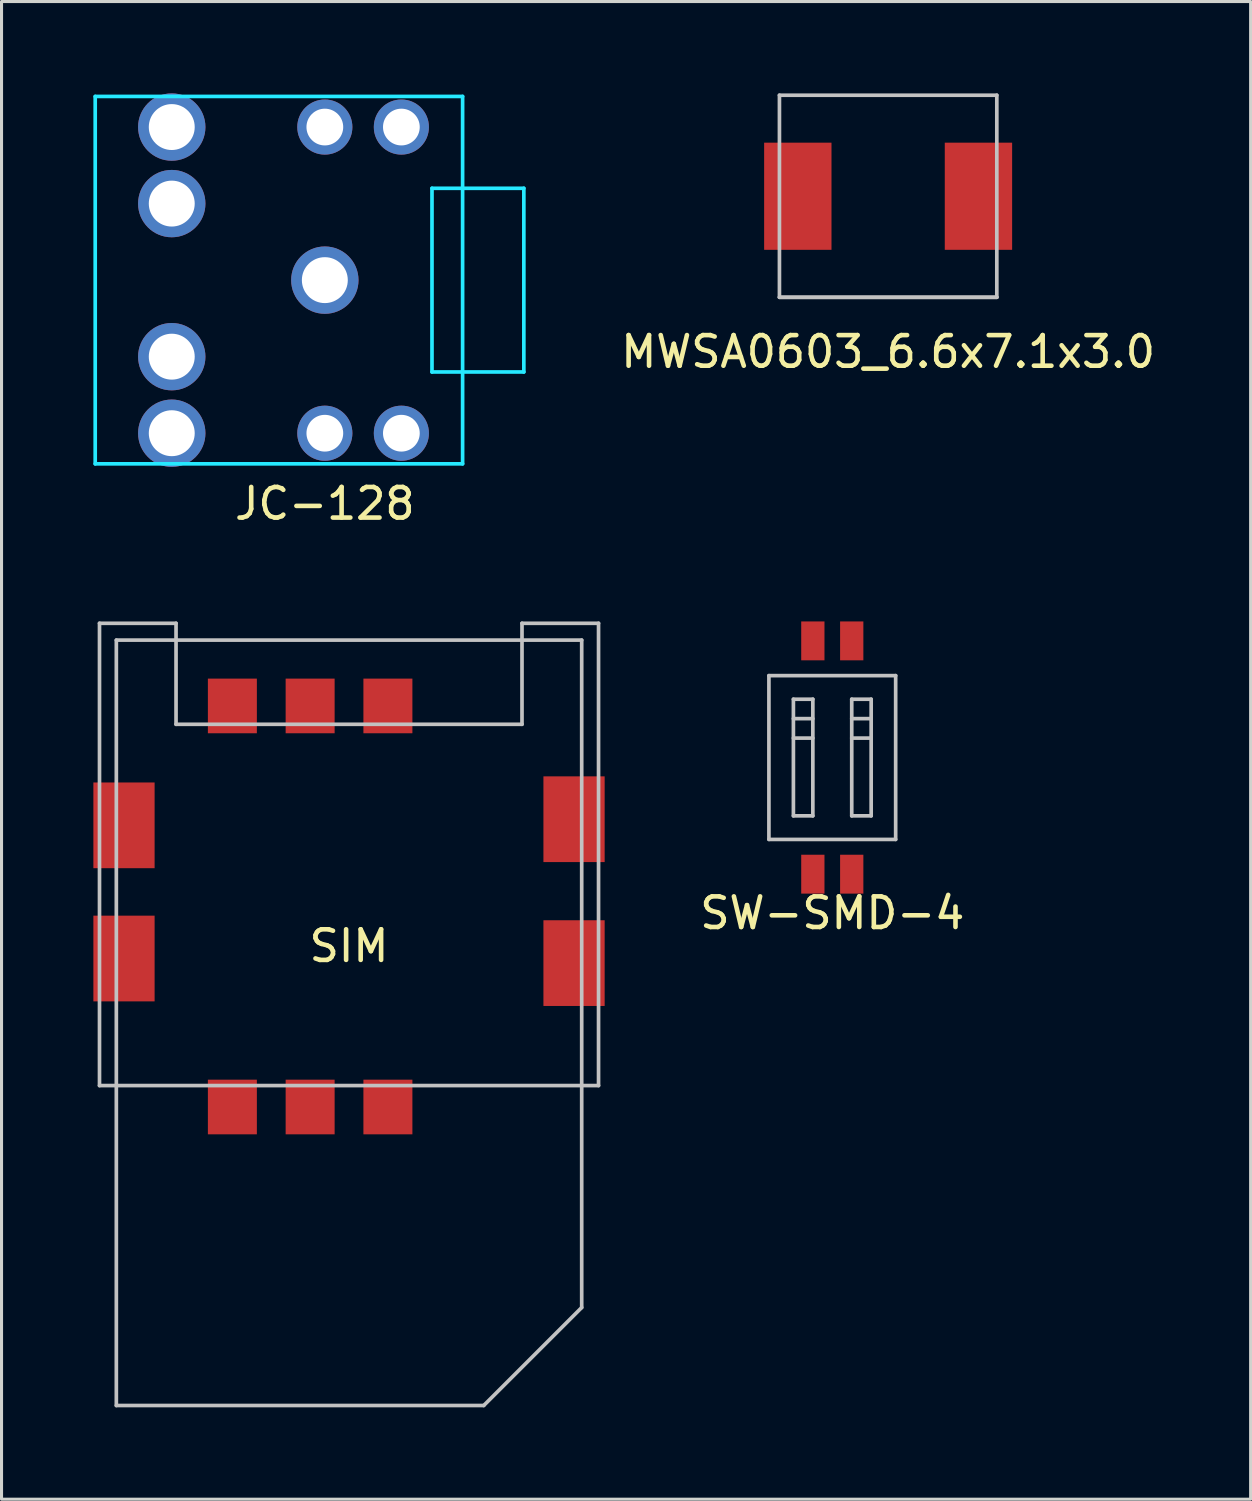
<source format=kicad_pcb>
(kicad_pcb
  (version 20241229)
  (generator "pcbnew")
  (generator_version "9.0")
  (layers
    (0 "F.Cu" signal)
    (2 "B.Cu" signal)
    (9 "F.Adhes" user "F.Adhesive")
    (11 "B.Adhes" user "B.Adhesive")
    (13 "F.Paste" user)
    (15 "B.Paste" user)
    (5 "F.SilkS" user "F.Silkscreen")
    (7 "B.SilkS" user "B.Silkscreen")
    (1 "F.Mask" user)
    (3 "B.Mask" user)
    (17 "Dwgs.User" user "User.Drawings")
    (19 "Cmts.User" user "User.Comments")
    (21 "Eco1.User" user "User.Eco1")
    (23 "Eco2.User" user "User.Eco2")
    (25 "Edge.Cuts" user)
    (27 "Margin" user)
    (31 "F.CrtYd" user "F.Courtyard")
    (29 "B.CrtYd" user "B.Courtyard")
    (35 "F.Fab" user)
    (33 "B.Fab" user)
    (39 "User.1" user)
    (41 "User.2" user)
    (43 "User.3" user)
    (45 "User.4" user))
  (footprint "SIM"
    (layer "F.Cu")
    (at 8.35 25.308)
    (property "Reference" "SIM" (at 0 2.54 0) (layer "F.SilkS") (effects (font (size 1 1) (thickness 0.15))))
    (attr through_hole)
    (fp_line (start -8.15 -8) (end -8.15 7.1) (stroke (width 0.12) (type solid)) (layer "Dwgs.User"))
    (fp_line (start -8.15 7.1) (end 8.15 7.1) (stroke (width 0.12) (type solid)) (layer "Dwgs.User"))
    (fp_line (start -7.6 -7.45) (end -7.6 17.55) (stroke (width 0.12) (type solid)) (layer "Dwgs.User"))
    (fp_line (start -7.6 17.55) (end 4.4 17.55) (stroke (width 0.12) (type solid)) (layer "Dwgs.User"))
    (fp_line (start -5.65 -8) (end -8.15 -8) (stroke (width 0.12) (type solid)) (layer "Dwgs.User"))
    (fp_line (start -5.65 -8) (end -5.65 -4.7) (stroke (width 0.12) (type solid)) (layer "Dwgs.User"))
    (fp_line (start -5.65 -4.7) (end 5.65 -4.7) (stroke (width 0.12) (type solid)) (layer "Dwgs.User"))
    (fp_line (start 4.4 17.55) (end 7.6 14.35) (stroke (width 0.12) (type solid)) (layer "Dwgs.User"))
    (fp_line (start 5.65 -4.7) (end 5.65 -8) (stroke (width 0.12) (type solid)) (layer "Dwgs.User"))
    (fp_line (start 7.6 -7.45) (end -7.6 -7.45) (stroke (width 0.12) (type solid)) (layer "Dwgs.User"))
    (fp_line (start 7.6 -7.45) (end 7.6 14.35) (stroke (width 0.12) (type solid)) (layer "Dwgs.User"))
    (fp_line (start 8.15 -8) (end 5.65 -8) (stroke (width 0.12) (type solid)) (layer "Dwgs.User"))
    (fp_line (start 8.15 -8) (end 8.15 7.1) (stroke (width 0.12) (type solid)) (layer "Dwgs.User"))
    (pad "-1" smd rect (at -7.35 -1.4) (size 2 2.8) (layers "F.Cu" "F.Mask" "F.Paste"))
    (pad "-1" smd rect (at -7.35 2.95) (size 2 2.8) (layers "F.Cu" "F.Mask" "F.Paste"))
    (pad "-1" smd rect (at 7.35 -1.6) (size 2 2.8) (layers "F.Cu" "F.Mask" "F.Paste"))
    (pad "-1" smd rect (at 7.35 3.1) (size 2 2.8) (layers "F.Cu" "F.Mask" "F.Paste"))
    (pad "1" smd rect (at -3.81 -5.3) (size 1.6 1.785) (layers "F.Cu" "F.Mask" "F.Paste"))
    (pad "2" smd rect (at -1.27 -5.3) (size 1.6 1.785) (layers "F.Cu" "F.Mask" "F.Paste"))
    (pad "3" smd rect (at 1.27 -5.3) (size 1.6 1.785) (layers "F.Cu" "F.Mask" "F.Paste"))
    (pad "4" smd rect (at -3.81 7.8) (size 1.6 1.785) (layers "F.Cu" "F.Mask" "F.Paste"))
    (pad "5" smd rect (at -1.27 7.8) (size 1.6 1.785) (layers "F.Cu" "F.Mask" "F.Paste"))
    (pad "6" smd rect (at 1.27 7.8) (size 1.6 1.785) (layers "F.Cu" "F.Mask" "F.Paste")))
  (footprint "JC-128"
    (layer "F.Cu")
    (at 10.96 6.1)
    (property "Reference" "JC-128" (at -3.4 7.3 0) (layer "F.SilkS") (effects (font (size 1 1) (thickness 0.15))))
    (attr through_hole)
    (fp_line (start -10.9 -6) (end -10.9 6) (stroke (width 0.12) (type solid)) (layer "B.CrtYd"))
    (fp_line (start -10.9 6) (end 1.1 6) (stroke (width 0.12) (type solid)) (layer "B.CrtYd"))
    (fp_line (start 0.1 -3) (end 0.1 3) (stroke (width 0.12) (type solid)) (layer "B.CrtYd"))
    (fp_line (start 1.1 -6) (end -10.9 -6) (stroke (width 0.12) (type solid)) (layer "B.CrtYd"))
    (fp_line (start 1.1 6) (end 1.1 -6) (stroke (width 0.12) (type solid)) (layer "B.CrtYd"))
    (fp_line (start 3.1 -3) (end 0.1 -3) (stroke (width 0.12) (type solid)) (layer "B.CrtYd"))
    (fp_line (start 3.1 3) (end 0.1 3) (stroke (width 0.12) (type solid)) (layer "B.CrtYd"))
    (fp_line (start 3.1 3) (end 3.1 -3) (stroke (width 0.12) (type solid)) (layer "B.CrtYd"))
    (pad "-1" thru_hole circle (at -3.4 -5 1.5) (size 1.8 1.8) (drill 1.2) (layers "*.Cu" "*.Mask"))
    (pad "-1" thru_hole circle (at -3.4 5 1.5) (size 1.8 1.8) (drill 1.2) (layers "*.Cu" "*.Mask"))
    (pad "-1" thru_hole circle (at -0.9 -5 91.5) (size 1.8 1.8) (drill 1.2) (layers "*.Cu" "*.Mask"))
    (pad "-1" thru_hole circle (at -0.9 5 1.5) (size 1.8 1.8) (drill 1.2) (layers "*.Cu" "*.Mask"))
    (pad "1" thru_hole circle (at -3.4 0 1.5) (size 2.2 2.2) (drill 1.5) (layers "*.Cu" "*.Mask"))
    (pad "2" thru_hole circle (at -8.4 5 1.5) (size 2.2 2.2) (drill 1.5) (layers "*.Cu" "*.Mask"))
    (pad "3" thru_hole circle (at -8.4 2.5 1.5) (size 2.2 2.2) (drill 1.5) (layers "*.Cu" "*.Mask"))
    (pad "4" thru_hole circle (at -8.4 -2.5 1.5) (size 2.2 2.2) (drill 1.5) (layers "*.Cu" "*.Mask"))
    (pad "5" thru_hole circle (at -8.4 -5 1.5) (size 2.2 2.2) (drill 1.5) (layers "*.Cu" "*.Mask")))
  (footprint "SW-SMD-4"
    (layer "F.Cu")
    (at 24.135 21.693)
    (property "Reference" "SW-SMD-4" (at 0 5.08 0) (layer "F.SilkS") (effects (font (size 1 1) (thickness 0.15))))
    (attr through_hole)
    (fp_line (start -2.07 -2.675) (end -2.07 2.675) (stroke (width 0.12) (type solid)) (layer "Dwgs.User"))
    (fp_line (start -1.27 -1.905) (end -1.27 1.905) (stroke (width 0.12) (type solid)) (layer "Dwgs.User"))
    (fp_line (start -1.27 -1.27) (end -0.635 -1.27) (stroke (width 0.12) (type solid)) (layer "Dwgs.User"))
    (fp_line (start -1.27 1.905) (end -0.635 1.905) (stroke (width 0.12) (type solid)) (layer "Dwgs.User"))
    (fp_line (start -0.635 -1.905) (end -1.27 -1.905) (stroke (width 0.12) (type solid)) (layer "Dwgs.User"))
    (fp_line (start -0.635 -0.635) (end -1.27 -0.635) (stroke (width 0.12) (type solid)) (layer "Dwgs.User"))
    (fp_line (start -0.635 1.905) (end -0.635 -1.905) (stroke (width 0.12) (type solid)) (layer "Dwgs.User"))
    (fp_line (start 0.635 -1.905) (end 0.635 1.905) (stroke (width 0.12) (type solid)) (layer "Dwgs.User"))
    (fp_line (start 0.635 -1.27) (end 1.27 -1.27) (stroke (width 0.12) (type solid)) (layer "Dwgs.User"))
    (fp_line (start 0.635 1.905) (end 1.27 1.905) (stroke (width 0.12) (type solid)) (layer "Dwgs.User"))
    (fp_line (start 1.27 -1.905) (end 0.635 -1.905) (stroke (width 0.12) (type solid)) (layer "Dwgs.User"))
    (fp_line (start 1.27 -0.635) (end 0.635 -0.635) (stroke (width 0.12) (type solid)) (layer "Dwgs.User"))
    (fp_line (start 1.27 1.905) (end 1.27 -1.905) (stroke (width 0.12) (type solid)) (layer "Dwgs.User"))
    (fp_line (start 2.07 -2.675) (end -2.07 -2.675) (stroke (width 0.12) (type solid)) (layer "Dwgs.User"))
    (fp_line (start 2.07 2.675) (end -2.07 2.675) (stroke (width 0.12) (type solid)) (layer "Dwgs.User"))
    (fp_line (start 2.07 2.675) (end 2.07 -2.675) (stroke (width 0.12) (type solid)) (layer "Dwgs.User"))
    (pad "1" smd rect (at -0.635 -3.81) (size 0.76 1.27) (layers "F.Cu" "F.Mask" "F.Paste"))
    (pad "2" smd rect (at 0.635 -3.81) (size 0.76 1.27) (layers "F.Cu" "F.Mask" "F.Paste"))
    (pad "3" smd rect (at -0.635 3.81) (size 0.76 1.27) (layers "F.Cu" "F.Mask" "F.Paste"))
    (pad "4" smd rect (at 0.635 3.81) (size 0.76 1.27) (layers "F.Cu" "F.Mask" "F.Paste")))
  (footprint "MWSA0603_6.6x7.1x3.0"
    (layer "F.Cu")
    (at 25.959 3.36)
    (property "Reference" "MWSA0603_6.6x7.1x3.0" (at 0 5.08 0) (layer "F.SilkS") (effects (font (size 1 1) (thickness 0.15))))
    (attr through_hole)
    (fp_line (start -3.55 -3.3) (end 3.55 -3.3) (stroke (width 0.12) (type solid)) (layer "Dwgs.User"))
    (fp_line (start -3.55 3.3) (end -3.55 -3.3) (stroke (width 0.12) (type solid)) (layer "Dwgs.User"))
    (fp_line (start 3.55 -3.3) (end 3.55 3.3) (stroke (width 0.12) (type solid)) (layer "Dwgs.User"))
    (fp_line (start 3.55 3.3) (end -3.55 3.3) (stroke (width 0.12) (type solid)) (layer "Dwgs.User"))
    (fp_line (start 3.55 3.3) (end -3.55 3.3) (stroke (width 0.12) (type solid)) (layer "Dwgs.User"))
    (pad "1" smd rect (at -2.95 0) (size 2.2 3.5) (layers "F.Cu" "F.Mask" "F.Paste"))
    (pad "2" smd rect (at 2.95 0) (size 2.2 3.5) (layers "F.Cu" "F.Mask" "F.Paste")))
  (gr_rect
    (start -3 -3)
    (end 37.799 45.918)
    (stroke (width 0.1) (type default))
    (fill no)
    (layer "Edge.Cuts")))
</source>
